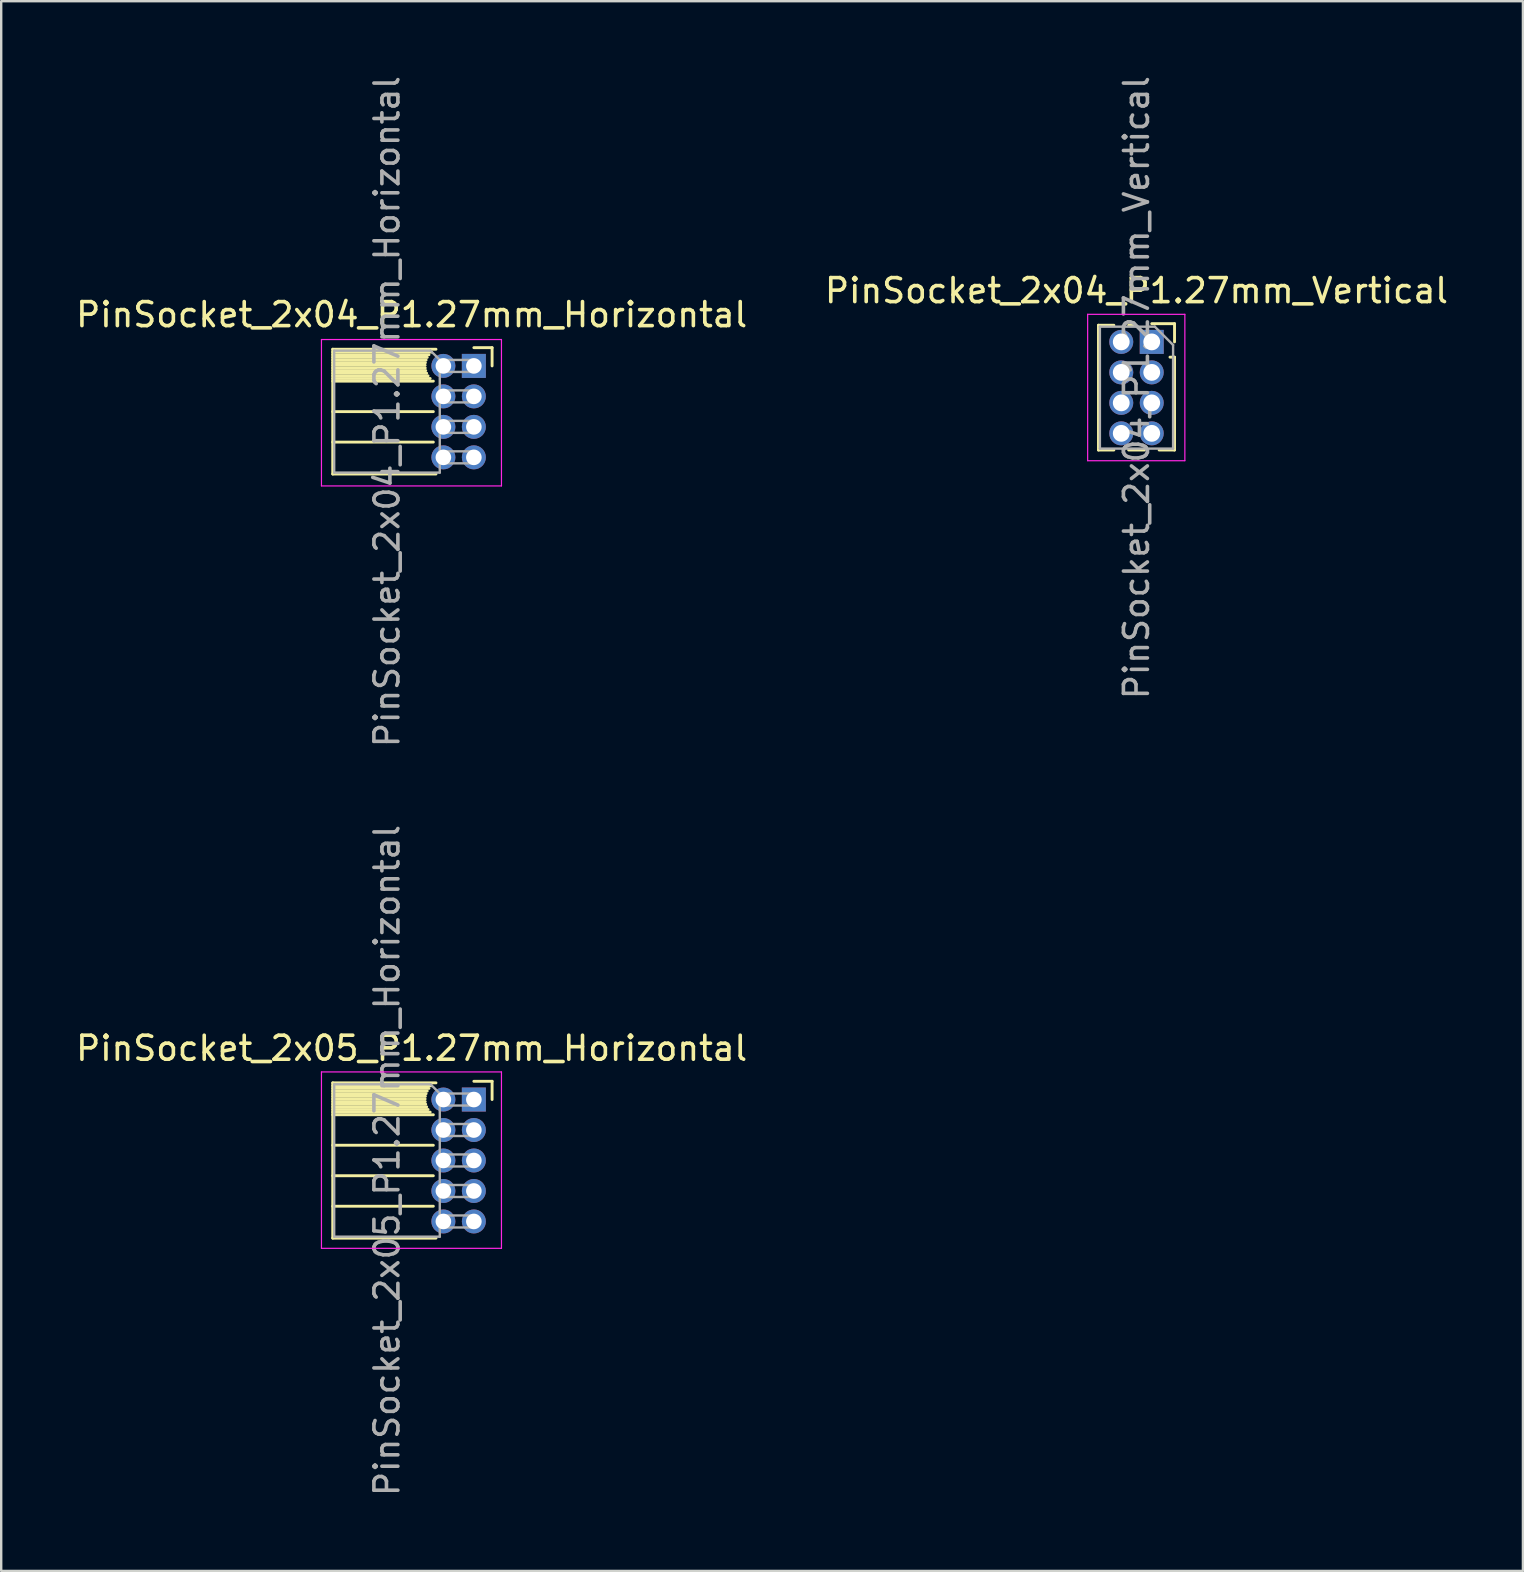
<source format=kicad_pcb>
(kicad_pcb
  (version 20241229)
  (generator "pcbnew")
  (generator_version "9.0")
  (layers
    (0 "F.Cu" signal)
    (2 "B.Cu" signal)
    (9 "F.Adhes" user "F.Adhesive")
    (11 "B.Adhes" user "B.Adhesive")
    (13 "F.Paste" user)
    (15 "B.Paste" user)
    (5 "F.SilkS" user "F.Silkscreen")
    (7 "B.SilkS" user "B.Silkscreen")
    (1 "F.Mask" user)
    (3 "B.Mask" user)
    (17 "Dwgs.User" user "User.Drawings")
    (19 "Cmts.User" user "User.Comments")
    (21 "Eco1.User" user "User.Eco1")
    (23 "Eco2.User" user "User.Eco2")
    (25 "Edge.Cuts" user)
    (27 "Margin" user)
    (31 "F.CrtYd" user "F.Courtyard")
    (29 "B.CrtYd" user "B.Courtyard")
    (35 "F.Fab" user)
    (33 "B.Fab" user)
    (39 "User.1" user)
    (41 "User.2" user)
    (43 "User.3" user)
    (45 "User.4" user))
  (footprint "PinSocket_2x05_P1.27mm_Horizontal"
    (layer "F.Cu")
    (at 16.694 42.764)
    (property "Reference" "PinSocket_2x05_P1.27mm_Horizontal" (at -2.592 -2.135 0) (layer "F.SilkS") (effects (font (size 1 1) (thickness 0.15))))
    (attr through_hole)
    (fp_line (start -5.88 -0.695) (end -5.88 5.775) (stroke (width 0.12) (type solid)) (layer "F.SilkS"))
    (fp_line (start -5.88 -0.695) (end -1.578 -0.695) (stroke (width 0.12) (type solid)) (layer "F.SilkS"))
    (fp_line (start -5.88 -0.575) (end -1.767 -0.575) (stroke (width 0.12) (type solid)) (layer "F.SilkS"))
    (fp_line (start -5.88 -0.465) (end -1.871 -0.465) (stroke (width 0.12) (type solid)) (layer "F.SilkS"))
    (fp_line (start -5.88 -0.355) (end -1.942 -0.355) (stroke (width 0.12) (type solid)) (layer "F.SilkS"))
    (fp_line (start -5.88 -0.245) (end -1.989 -0.245) (stroke (width 0.12) (type solid)) (layer "F.SilkS"))
    (fp_line (start -5.88 -0.135) (end -2.018 -0.135) (stroke (width 0.12) (type solid)) (layer "F.SilkS"))
    (fp_line (start -5.88 -0.025) (end -2.03 -0.025) (stroke (width 0.12) (type solid)) (layer "F.SilkS"))
    (fp_line (start -5.88 0.085) (end -2.025 0.085) (stroke (width 0.12) (type solid)) (layer "F.SilkS"))
    (fp_line (start -5.88 0.195) (end -2.005 0.195) (stroke (width 0.12) (type solid)) (layer "F.SilkS"))
    (fp_line (start -5.88 0.305) (end -1.966 0.305) (stroke (width 0.12) (type solid)) (layer "F.SilkS"))
    (fp_line (start -5.88 0.415) (end -1.907 0.415) (stroke (width 0.12) (type solid)) (layer "F.SilkS"))
    (fp_line (start -5.88 0.525) (end -1.82 0.525) (stroke (width 0.12) (type solid)) (layer "F.SilkS"))
    (fp_line (start -5.88 0.635) (end -1.688 0.635) (stroke (width 0.12) (type solid)) (layer "F.SilkS"))
    (fp_line (start -5.88 1.905) (end -1.688 1.905) (stroke (width 0.12) (type solid)) (layer "F.SilkS"))
    (fp_line (start -5.88 3.175) (end -1.688 3.175) (stroke (width 0.12) (type solid)) (layer "F.SilkS"))
    (fp_line (start -5.88 4.445) (end -1.688 4.445) (stroke (width 0.12) (type solid)) (layer "F.SilkS"))
    (fp_line (start -5.88 5.775) (end -1.578 5.775) (stroke (width 0.12) (type solid)) (layer "F.SilkS"))
    (fp_line (start 0 -0.76) (end 0.76 -0.76) (stroke (width 0.12) (type solid)) (layer "F.SilkS"))
    (fp_line (start 0.76 -0.76) (end 0.76 0) (stroke (width 0.12) (type solid)) (layer "F.SilkS"))
    (fp_line (start -6.35 -1.15) (end -6.35 6.2) (stroke (width 0.05) (type solid)) (layer "F.CrtYd"))
    (fp_line (start -6.35 6.2) (end 1.15 6.2) (stroke (width 0.05) (type solid)) (layer "F.CrtYd"))
    (fp_line (start 1.15 -1.15) (end -6.35 -1.15) (stroke (width 0.05) (type solid)) (layer "F.CrtYd"))
    (fp_line (start 1.15 6.2) (end 1.15 -1.15) (stroke (width 0.05) (type solid)) (layer "F.CrtYd"))
    (fp_line (start -5.82 -0.635) (end -1.805 -0.635) (stroke (width 0.1) (type solid)) (layer "F.Fab"))
    (fp_line (start -5.82 5.715) (end -5.82 -0.635) (stroke (width 0.1) (type solid)) (layer "F.Fab"))
    (fp_line (start -1.805 -0.635) (end -1.42 -0.25) (stroke (width 0.1) (type solid)) (layer "F.Fab"))
    (fp_line (start -1.42 -0.25) (end -1.42 5.715) (stroke (width 0.1) (type solid)) (layer "F.Fab"))
    (fp_line (start -1.42 0.25) (end 0 0.25) (stroke (width 0.1) (type solid)) (layer "F.Fab"))
    (fp_line (start -1.42 1.52) (end 0 1.52) (stroke (width 0.1) (type solid)) (layer "F.Fab"))
    (fp_line (start -1.42 2.79) (end 0 2.79) (stroke (width 0.1) (type solid)) (layer "F.Fab"))
    (fp_line (start -1.42 4.06) (end 0 4.06) (stroke (width 0.1) (type solid)) (layer "F.Fab"))
    (fp_line (start -1.42 5.33) (end 0 5.33) (stroke (width 0.1) (type solid)) (layer "F.Fab"))
    (fp_line (start -1.42 5.715) (end -5.82 5.715) (stroke (width 0.1) (type solid)) (layer "F.Fab"))
    (fp_line (start 0 -0.25) (end -1.42 -0.25) (stroke (width 0.1) (type solid)) (layer "F.Fab"))
    (fp_line (start 0 0.25) (end 0 -0.25) (stroke (width 0.1) (type solid)) (layer "F.Fab"))
    (fp_line (start 0 1.02) (end -1.42 1.02) (stroke (width 0.1) (type solid)) (layer "F.Fab"))
    (fp_line (start 0 1.52) (end 0 1.02) (stroke (width 0.1) (type solid)) (layer "F.Fab"))
    (fp_line (start 0 2.29) (end -1.42 2.29) (stroke (width 0.1) (type solid)) (layer "F.Fab"))
    (fp_line (start 0 2.79) (end 0 2.29) (stroke (width 0.1) (type solid)) (layer "F.Fab"))
    (fp_line (start 0 3.56) (end -1.42 3.56) (stroke (width 0.1) (type solid)) (layer "F.Fab"))
    (fp_line (start 0 4.06) (end 0 3.56) (stroke (width 0.1) (type solid)) (layer "F.Fab"))
    (fp_line (start 0 4.83) (end -1.42 4.83) (stroke (width 0.1) (type solid)) (layer "F.Fab"))
    (fp_line (start 0 5.33) (end 0 4.83) (stroke (width 0.1) (type solid)) (layer "F.Fab"))
    (fp_text user "${REFERENCE}" (at -3.62 2.54 90) (layer "F.Fab") (effects (font (size 1 1) (thickness 0.15))))
    (pad "1" thru_hole rect (at 0 0) (size 1 1) (drill 0.65) (layers "*.Cu" "*.Mask"))
    (pad "2" thru_hole circle (at -1.27 0) (size 1 1) (drill 0.65) (layers "*.Cu" "*.Mask"))
    (pad "3" thru_hole circle (at 0 1.27) (size 1 1) (drill 0.65) (layers "*.Cu" "*.Mask"))
    (pad "4" thru_hole circle (at -1.27 1.27) (size 1 1) (drill 0.65) (layers "*.Cu" "*.Mask"))
    (pad "5" thru_hole circle (at 0 2.54) (size 1 1) (drill 0.65) (layers "*.Cu" "*.Mask"))
    (pad "6" thru_hole circle (at -1.27 2.54) (size 1 1) (drill 0.65) (layers "*.Cu" "*.Mask"))
    (pad "7" thru_hole circle (at 0 3.81) (size 1 1) (drill 0.65) (layers "*.Cu" "*.Mask"))
    (pad "8" thru_hole circle (at -1.27 3.81) (size 1 1) (drill 0.65) (layers "*.Cu" "*.Mask"))
    (pad "9" thru_hole circle (at 0 5.08) (size 1 1) (drill 0.65) (layers "*.Cu" "*.Mask"))
    (pad "10" thru_hole circle (at -1.27 5.08) (size 1 1) (drill 0.65) (layers "*.Cu" "*.Mask")))
  (footprint "PinSocket_2x04_P1.27mm_Vertical"
    (layer "F.Cu")
    (at 44.939 11.196)
    (property "Reference" "PinSocket_2x04_P1.27mm_Vertical" (at -0.635 -2.135 0) (layer "F.SilkS") (effects (font (size 1 1) (thickness 0.15))))
    (attr through_hole)
    (fp_line (start -2.22 -0.695) (end -2.22 4.505) (stroke (width 0.12) (type solid)) (layer "F.SilkS"))
    (fp_line (start -2.22 -0.695) (end -1.578 -0.695) (stroke (width 0.12) (type solid)) (layer "F.SilkS"))
    (fp_line (start -2.22 4.505) (end -1.578 4.505) (stroke (width 0.12) (type solid)) (layer "F.SilkS"))
    (fp_line (start -0.962 -0.695) (end -0.76 -0.695) (stroke (width 0.12) (type solid)) (layer "F.SilkS"))
    (fp_line (start -0.962 4.505) (end -0.308 4.505) (stroke (width 0.12) (type solid)) (layer "F.SilkS"))
    (fp_line (start 0 -0.76) (end 0.95 -0.76) (stroke (width 0.12) (type solid)) (layer "F.SilkS"))
    (fp_line (start 0.308 4.505) (end 0.95 4.505) (stroke (width 0.12) (type solid)) (layer "F.SilkS"))
    (fp_line (start 0.76 0.635) (end 0.95 0.635) (stroke (width 0.12) (type solid)) (layer "F.SilkS"))
    (fp_line (start 0.95 -0.76) (end 0.95 0) (stroke (width 0.12) (type solid)) (layer "F.SilkS"))
    (fp_line (start 0.95 0.635) (end 0.95 4.505) (stroke (width 0.12) (type solid)) (layer "F.SilkS"))
    (fp_line (start -2.67 -1.15) (end 1.38 -1.15) (stroke (width 0.05) (type solid)) (layer "F.CrtYd"))
    (fp_line (start -2.67 4.95) (end -2.67 -1.15) (stroke (width 0.05) (type solid)) (layer "F.CrtYd"))
    (fp_line (start 1.38 -1.15) (end 1.38 4.95) (stroke (width 0.05) (type solid)) (layer "F.CrtYd"))
    (fp_line (start 1.38 4.95) (end -2.67 4.95) (stroke (width 0.05) (type solid)) (layer "F.CrtYd"))
    (fp_line (start -2.16 -0.635) (end 0.128 -0.635) (stroke (width 0.1) (type solid)) (layer "F.Fab"))
    (fp_line (start -2.16 4.445) (end -2.16 -0.635) (stroke (width 0.1) (type solid)) (layer "F.Fab"))
    (fp_line (start 0.128 -0.635) (end 0.89 0.128) (stroke (width 0.1) (type solid)) (layer "F.Fab"))
    (fp_line (start 0.89 0.128) (end 0.89 4.445) (stroke (width 0.1) (type solid)) (layer "F.Fab"))
    (fp_line (start 0.89 4.445) (end -2.16 4.445) (stroke (width 0.1) (type solid)) (layer "F.Fab"))
    (fp_text user "${REFERENCE}" (at -0.635 1.905 90) (layer "F.Fab") (effects (font (size 1 1) (thickness 0.15))))
    (pad "1" thru_hole rect (at 0 0) (size 1 1) (drill 0.7) (layers "*.Cu" "*.Mask"))
    (pad "2" thru_hole circle (at -1.27 0) (size 1 1) (drill 0.7) (layers "*.Cu" "*.Mask"))
    (pad "3" thru_hole circle (at 0 1.27) (size 1 1) (drill 0.7) (layers "*.Cu" "*.Mask"))
    (pad "4" thru_hole circle (at -1.27 1.27) (size 1 1) (drill 0.7) (layers "*.Cu" "*.Mask"))
    (pad "5" thru_hole circle (at 0 2.54) (size 1 1) (drill 0.7) (layers "*.Cu" "*.Mask"))
    (pad "6" thru_hole circle (at -1.27 2.54) (size 1 1) (drill 0.7) (layers "*.Cu" "*.Mask"))
    (pad "7" thru_hole circle (at 0 3.81) (size 1 1) (drill 0.7) (layers "*.Cu" "*.Mask"))
    (pad "8" thru_hole circle (at -1.27 3.81) (size 1 1) (drill 0.7) (layers "*.Cu" "*.Mask")))
  (footprint "PinSocket_2x04_P1.27mm_Horizontal"
    (layer "F.Cu")
    (at 16.694 12.196)
    (property "Reference" "PinSocket_2x04_P1.27mm_Horizontal" (at -2.592 -2.135 0) (layer "F.SilkS") (effects (font (size 1 1) (thickness 0.15))))
    (attr through_hole)
    (fp_line (start -5.88 -0.695) (end -5.88 4.505) (stroke (width 0.12) (type solid)) (layer "F.SilkS"))
    (fp_line (start -5.88 -0.695) (end -1.578 -0.695) (stroke (width 0.12) (type solid)) (layer "F.SilkS"))
    (fp_line (start -5.88 -0.575) (end -1.767 -0.575) (stroke (width 0.12) (type solid)) (layer "F.SilkS"))
    (fp_line (start -5.88 -0.465) (end -1.871 -0.465) (stroke (width 0.12) (type solid)) (layer "F.SilkS"))
    (fp_line (start -5.88 -0.355) (end -1.942 -0.355) (stroke (width 0.12) (type solid)) (layer "F.SilkS"))
    (fp_line (start -5.88 -0.245) (end -1.989 -0.245) (stroke (width 0.12) (type solid)) (layer "F.SilkS"))
    (fp_line (start -5.88 -0.135) (end -2.018 -0.135) (stroke (width 0.12) (type solid)) (layer "F.SilkS"))
    (fp_line (start -5.88 -0.025) (end -2.03 -0.025) (stroke (width 0.12) (type solid)) (layer "F.SilkS"))
    (fp_line (start -5.88 0.085) (end -2.025 0.085) (stroke (width 0.12) (type solid)) (layer "F.SilkS"))
    (fp_line (start -5.88 0.195) (end -2.005 0.195) (stroke (width 0.12) (type solid)) (layer "F.SilkS"))
    (fp_line (start -5.88 0.305) (end -1.966 0.305) (stroke (width 0.12) (type solid)) (layer "F.SilkS"))
    (fp_line (start -5.88 0.415) (end -1.907 0.415) (stroke (width 0.12) (type solid)) (layer "F.SilkS"))
    (fp_line (start -5.88 0.525) (end -1.82 0.525) (stroke (width 0.12) (type solid)) (layer "F.SilkS"))
    (fp_line (start -5.88 0.635) (end -1.688 0.635) (stroke (width 0.12) (type solid)) (layer "F.SilkS"))
    (fp_line (start -5.88 1.905) (end -1.688 1.905) (stroke (width 0.12) (type solid)) (layer "F.SilkS"))
    (fp_line (start -5.88 3.175) (end -1.688 3.175) (stroke (width 0.12) (type solid)) (layer "F.SilkS"))
    (fp_line (start -5.88 4.505) (end -1.578 4.505) (stroke (width 0.12) (type solid)) (layer "F.SilkS"))
    (fp_line (start 0 -0.76) (end 0.76 -0.76) (stroke (width 0.12) (type solid)) (layer "F.SilkS"))
    (fp_line (start 0.76 -0.76) (end 0.76 0) (stroke (width 0.12) (type solid)) (layer "F.SilkS"))
    (fp_line (start -6.35 -1.1) (end -6.35 5) (stroke (width 0.05) (type solid)) (layer "F.CrtYd"))
    (fp_line (start -6.35 5) (end 1.15 5) (stroke (width 0.05) (type solid)) (layer "F.CrtYd"))
    (fp_line (start 1.15 -1.1) (end -6.35 -1.1) (stroke (width 0.05) (type solid)) (layer "F.CrtYd"))
    (fp_line (start 1.15 5) (end 1.15 -1.1) (stroke (width 0.05) (type solid)) (layer "F.CrtYd"))
    (fp_line (start -5.82 -0.635) (end -1.805 -0.635) (stroke (width 0.1) (type solid)) (layer "F.Fab"))
    (fp_line (start -5.82 4.445) (end -5.82 -0.635) (stroke (width 0.1) (type solid)) (layer "F.Fab"))
    (fp_line (start -1.805 -0.635) (end -1.42 -0.25) (stroke (width 0.1) (type solid)) (layer "F.Fab"))
    (fp_line (start -1.42 -0.25) (end -1.42 4.445) (stroke (width 0.1) (type solid)) (layer "F.Fab"))
    (fp_line (start -1.42 0.25) (end 0 0.25) (stroke (width 0.1) (type solid)) (layer "F.Fab"))
    (fp_line (start -1.42 1.52) (end 0 1.52) (stroke (width 0.1) (type solid)) (layer "F.Fab"))
    (fp_line (start -1.42 2.79) (end 0 2.79) (stroke (width 0.1) (type solid)) (layer "F.Fab"))
    (fp_line (start -1.42 4.06) (end 0 4.06) (stroke (width 0.1) (type solid)) (layer "F.Fab"))
    (fp_line (start -1.42 4.445) (end -5.82 4.445) (stroke (width 0.1) (type solid)) (layer "F.Fab"))
    (fp_line (start 0 -0.25) (end -1.42 -0.25) (stroke (width 0.1) (type solid)) (layer "F.Fab"))
    (fp_line (start 0 0.25) (end 0 -0.25) (stroke (width 0.1) (type solid)) (layer "F.Fab"))
    (fp_line (start 0 1.02) (end -1.42 1.02) (stroke (width 0.1) (type solid)) (layer "F.Fab"))
    (fp_line (start 0 1.52) (end 0 1.02) (stroke (width 0.1) (type solid)) (layer "F.Fab"))
    (fp_line (start 0 2.29) (end -1.42 2.29) (stroke (width 0.1) (type solid)) (layer "F.Fab"))
    (fp_line (start 0 2.79) (end 0 2.29) (stroke (width 0.1) (type solid)) (layer "F.Fab"))
    (fp_line (start 0 3.56) (end -1.42 3.56) (stroke (width 0.1) (type solid)) (layer "F.Fab"))
    (fp_line (start 0 4.06) (end 0 3.56) (stroke (width 0.1) (type solid)) (layer "F.Fab"))
    (fp_text user "${REFERENCE}" (at -3.62 1.905 90) (layer "F.Fab") (effects (font (size 1 1) (thickness 0.15))))
    (pad "1" thru_hole rect (at 0 0) (size 1 1) (drill 0.65) (layers "*.Cu" "*.Mask"))
    (pad "2" thru_hole circle (at -1.27 0) (size 1 1) (drill 0.65) (layers "*.Cu" "*.Mask"))
    (pad "3" thru_hole circle (at 0 1.27) (size 1 1) (drill 0.65) (layers "*.Cu" "*.Mask"))
    (pad "4" thru_hole circle (at -1.27 1.27) (size 1 1) (drill 0.65) (layers "*.Cu" "*.Mask"))
    (pad "5" thru_hole circle (at 0 2.54) (size 1 1) (drill 0.65) (layers "*.Cu" "*.Mask"))
    (pad "6" thru_hole circle (at -1.27 2.54) (size 1 1) (drill 0.65) (layers "*.Cu" "*.Mask"))
    (pad "7" thru_hole circle (at 0 3.81) (size 1 1) (drill 0.65) (layers "*.Cu" "*.Mask"))
    (pad "8" thru_hole circle (at -1.27 3.81) (size 1 1) (drill 0.65) (layers "*.Cu" "*.Mask")))
  (gr_rect
    (start -3 -3)
    (end 60.405 62.405)
    (stroke (width 0.1) (type default))
    (fill no)
    (layer "Edge.Cuts")))
</source>
